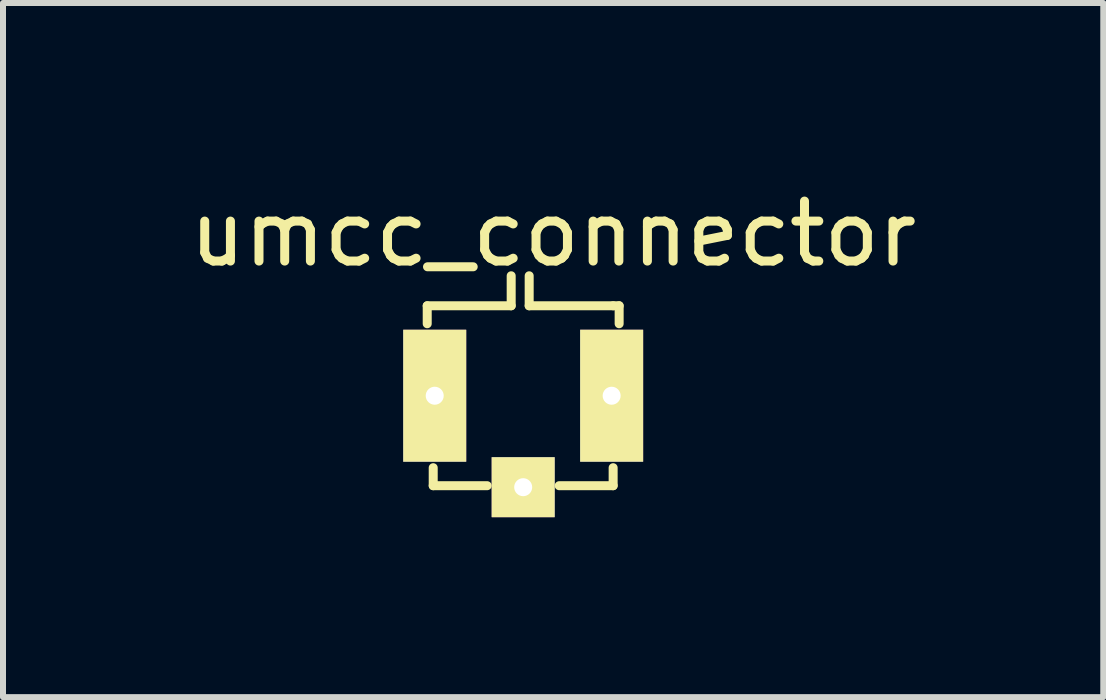
<source format=kicad_pcb>
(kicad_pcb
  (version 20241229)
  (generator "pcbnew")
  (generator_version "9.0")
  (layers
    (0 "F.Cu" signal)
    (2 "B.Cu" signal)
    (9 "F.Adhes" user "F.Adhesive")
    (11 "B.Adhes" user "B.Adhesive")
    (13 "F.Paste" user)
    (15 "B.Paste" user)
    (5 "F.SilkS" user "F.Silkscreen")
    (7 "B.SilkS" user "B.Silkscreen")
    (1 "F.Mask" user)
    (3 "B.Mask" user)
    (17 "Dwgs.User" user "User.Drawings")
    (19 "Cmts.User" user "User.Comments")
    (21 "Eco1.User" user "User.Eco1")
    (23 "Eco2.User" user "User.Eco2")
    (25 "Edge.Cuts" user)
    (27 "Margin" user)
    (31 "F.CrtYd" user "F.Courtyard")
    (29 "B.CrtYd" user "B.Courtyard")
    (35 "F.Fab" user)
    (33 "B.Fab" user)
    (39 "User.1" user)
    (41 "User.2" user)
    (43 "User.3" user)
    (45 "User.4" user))
  (footprint "umcc_connector"
    (layer "F.Cu")
    (at 5.673 3.548)
    (property "Reference" "umcc_connector" (at 0.5 -2.7 0) (layer "F.SilkS") (effects (font (size 1 1) (thickness 0.15))))
    (attr through_hole)
    (fp_line (start -1.6 -1.5) (end -1.6 -1.2) (stroke (width 0.15) (type solid)) (layer "F.SilkS"))
    (fp_line (start -1.5 1.5) (end -1.5 1.2) (stroke (width 0.15) (type solid)) (layer "F.SilkS"))
    (fp_line (start -0.6 1.5) (end -1.5 1.5) (stroke (width 0.15) (type solid)) (layer "F.SilkS"))
    (fp_line (start -0.2 -2) (end -0.2 -1.5) (stroke (width 0.15) (type solid)) (layer "F.SilkS"))
    (fp_line (start -0.2 -1.5) (end -1.6 -1.5) (stroke (width 0.15) (type solid)) (layer "F.SilkS"))
    (fp_line (start 0.1 -2) (end 0.1 -1.5) (stroke (width 0.15) (type solid)) (layer "F.SilkS"))
    (fp_line (start 0.1 -1.5) (end 1.5 -1.5) (stroke (width 0.15) (type solid)) (layer "F.SilkS"))
    (fp_line (start 0.6 1.5) (end 1.5 1.5) (stroke (width 0.15) (type solid)) (layer "F.SilkS"))
    (fp_line (start 1.5 -1.5) (end 1.6 -1.5) (stroke (width 0.15) (type solid)) (layer "F.SilkS"))
    (fp_line (start 1.5 1.5) (end 1.5 1.2) (stroke (width 0.15) (type solid)) (layer "F.SilkS"))
    (fp_line (start 1.6 -1.5) (end 1.6 -1.2) (stroke (width 0.15) (type solid)) (layer "F.SilkS"))
    (pad "1" thru_hole rect (at 0 1.525) (size 1.05 1) (drill 0.3) (layers "*.Cu" "*.Mask" "F.SilkS"))
    (pad "2" thru_hole rect (at -1.475 0) (size 1.05 2.2) (drill 0.3) (layers "*.Cu" "*.Mask" "F.SilkS"))
    (pad "2" thru_hole rect (at 1.475 0) (size 1.05 2.2) (drill 0.3) (layers "*.Cu" "*.Mask" "F.SilkS")))
  (gr_rect
    (start -3 -3)
    (end 15.345 8.573)
    (stroke (width 0.1) (type default))
    (fill no)
    (layer "Edge.Cuts")))
</source>
